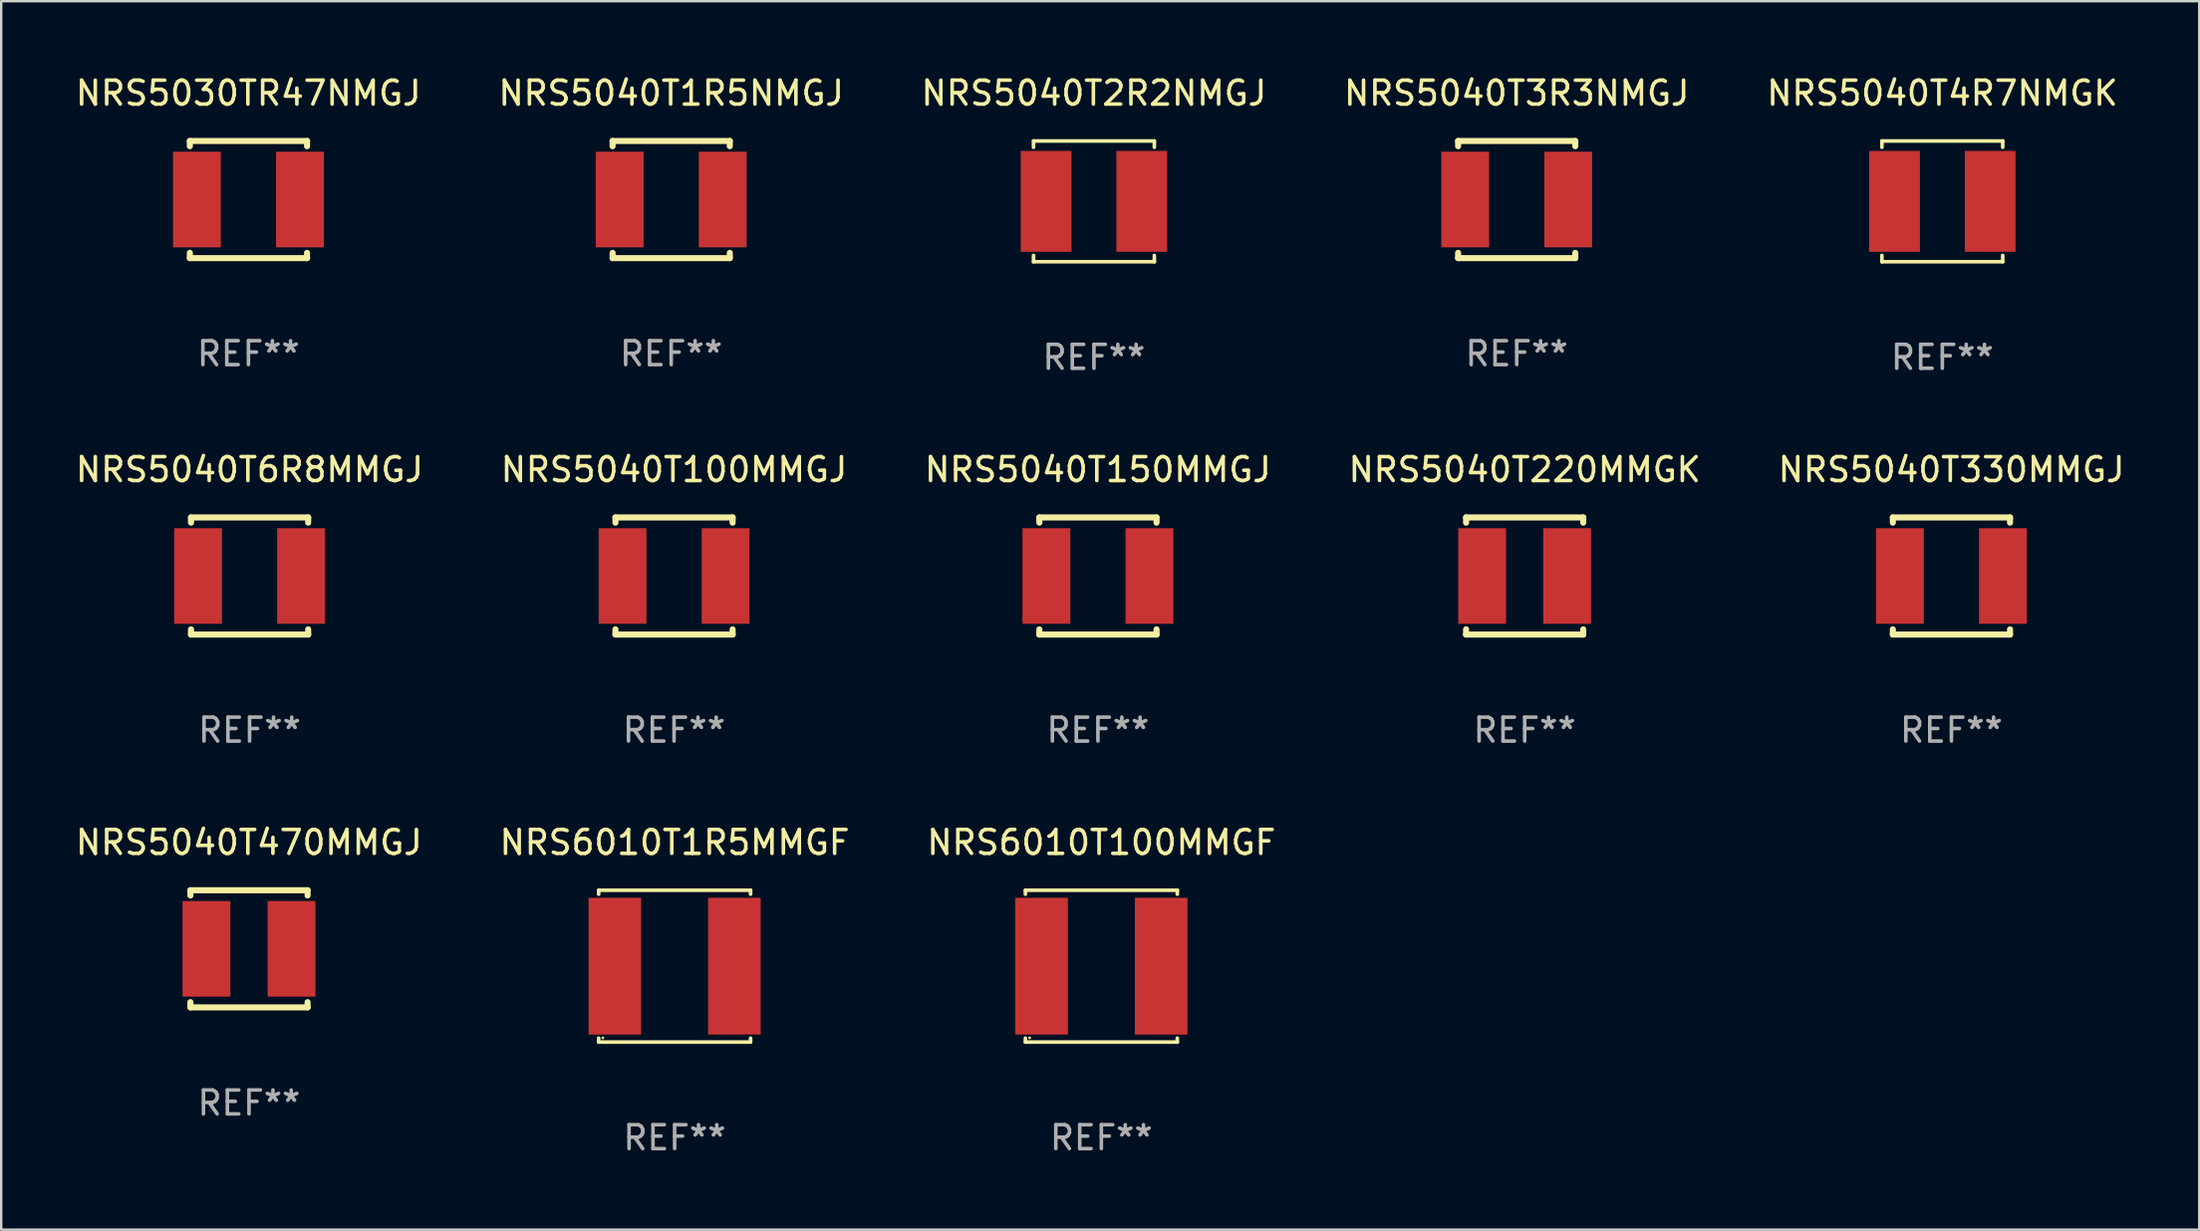
<source format=kicad_pcb>
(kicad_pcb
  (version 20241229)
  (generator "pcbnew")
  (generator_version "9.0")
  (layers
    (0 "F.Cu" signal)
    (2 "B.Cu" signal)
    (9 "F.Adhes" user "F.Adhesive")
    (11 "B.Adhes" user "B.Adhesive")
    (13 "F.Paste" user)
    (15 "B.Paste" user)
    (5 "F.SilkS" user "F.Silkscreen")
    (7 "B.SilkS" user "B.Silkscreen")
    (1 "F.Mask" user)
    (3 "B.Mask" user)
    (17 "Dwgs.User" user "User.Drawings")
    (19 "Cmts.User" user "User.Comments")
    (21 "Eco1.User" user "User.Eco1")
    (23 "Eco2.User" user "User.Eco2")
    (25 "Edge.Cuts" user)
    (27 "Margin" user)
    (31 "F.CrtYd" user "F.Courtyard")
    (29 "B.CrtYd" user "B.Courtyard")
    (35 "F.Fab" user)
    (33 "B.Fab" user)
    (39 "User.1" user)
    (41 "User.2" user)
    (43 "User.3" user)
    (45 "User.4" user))
  (footprint "NRS5040T3R3NMGJ"
    (layer "F.Cu")
    (at 60.375 5.298)
    (property "Reference" "NRS5040T3R3NMGJ" (at 0 -4.45 0) (layer "F.SilkS") (effects (font (size 1 1) (thickness 0.15))))
    (attr through_hole)
    (fp_line (start -2.45 -2.45) (end 2.45 -2.45) (stroke (width 0.254) (type solid)) (layer "F.SilkS"))
    (fp_line (start -2.45 -2.231) (end -2.45 -2.45) (stroke (width 0.254) (type solid)) (layer "F.SilkS"))
    (fp_line (start -2.45 2.45) (end -2.45 2.231) (stroke (width 0.254) (type solid)) (layer "F.SilkS"))
    (fp_line (start -2.45 2.45) (end 2.45 2.45) (stroke (width 0.254) (type solid)) (layer "F.SilkS"))
    (fp_line (start 2.45 -2.45) (end 2.45 -2.231) (stroke (width 0.254) (type solid)) (layer "F.SilkS"))
    (fp_line (start 2.45 2.231) (end 2.45 2.45) (stroke (width 0.254) (type solid)) (layer "F.SilkS"))
    (fp_circle (center -2.45 2.45) (end -2.42 2.45) (stroke (width 0.06) (type solid)) (fill no) (layer "F.SilkS"))
    (fp_text user "REF**" (at 0 6.45 0) (layer "F.Fab") (effects (font (size 1 1) (thickness 0.15))))
    (pad "1" smd rect (at -2.154 0) (size 2 4) (layers "F.Cu" "F.Mask" "F.Paste"))
    (pad "2" smd rect (at 2.154 0) (size 2 4) (layers "F.Cu" "F.Mask" "F.Paste")))
  (footprint "NRS5030TR47NMGJ"
    (layer "F.Cu")
    (at 7.339 5.298)
    (property "Reference" "NRS5030TR47NMGJ" (at 0 -4.45 0) (layer "F.SilkS") (effects (font (size 1 1) (thickness 0.15))))
    (attr through_hole)
    (fp_line (start -2.45 -2.45) (end 2.45 -2.45) (stroke (width 0.254) (type solid)) (layer "F.SilkS"))
    (fp_line (start -2.45 -2.231) (end -2.45 -2.45) (stroke (width 0.254) (type solid)) (layer "F.SilkS"))
    (fp_line (start -2.45 2.45) (end -2.45 2.231) (stroke (width 0.254) (type solid)) (layer "F.SilkS"))
    (fp_line (start -2.45 2.45) (end 2.45 2.45) (stroke (width 0.254) (type solid)) (layer "F.SilkS"))
    (fp_line (start 2.45 -2.45) (end 2.45 -2.231) (stroke (width 0.254) (type solid)) (layer "F.SilkS"))
    (fp_line (start 2.45 2.231) (end 2.45 2.45) (stroke (width 0.254) (type solid)) (layer "F.SilkS"))
    (fp_circle (center -2.45 2.45) (end -2.42 2.45) (stroke (width 0.06) (type solid)) (fill no) (layer "F.SilkS"))
    (fp_text user "REF**" (at 0 6.45 0) (layer "F.Fab") (effects (font (size 1 1) (thickness 0.15))))
    (pad "1" smd rect (at -2.154 0) (size 2 4) (layers "F.Cu" "F.Mask" "F.Paste"))
    (pad "2" smd rect (at 2.154 0) (size 2 4) (layers "F.Cu" "F.Mask" "F.Paste")))
  (footprint "NRS5040T6R8MMGJ"
    (layer "F.Cu")
    (at 7.387 21.047)
    (property "Reference" "NRS5040T6R8MMGJ" (at 0 -4.45 0) (layer "F.SilkS") (effects (font (size 1 1) (thickness 0.15))))
    (attr through_hole)
    (fp_line (start -2.45 -2.45) (end 2.45 -2.45) (stroke (width 0.254) (type solid)) (layer "F.SilkS"))
    (fp_line (start -2.45 -2.231) (end -2.45 -2.45) (stroke (width 0.254) (type solid)) (layer "F.SilkS"))
    (fp_line (start -2.45 2.45) (end -2.45 2.231) (stroke (width 0.254) (type solid)) (layer "F.SilkS"))
    (fp_line (start -2.45 2.45) (end 2.45 2.45) (stroke (width 0.254) (type solid)) (layer "F.SilkS"))
    (fp_line (start 2.45 -2.45) (end 2.45 -2.231) (stroke (width 0.254) (type solid)) (layer "F.SilkS"))
    (fp_line (start 2.45 2.231) (end 2.45 2.45) (stroke (width 0.254) (type solid)) (layer "F.SilkS"))
    (fp_circle (center -2.45 2.45) (end -2.42 2.45) (stroke (width 0.06) (type solid)) (fill no) (layer "F.SilkS"))
    (fp_text user "REF**" (at 0 6.45 0) (layer "F.Fab") (effects (font (size 1 1) (thickness 0.15))))
    (pad "1" smd rect (at -2.154 0) (size 2 4) (layers "F.Cu" "F.Mask" "F.Paste"))
    (pad "2" smd rect (at 2.154 0) (size 2 4) (layers "F.Cu" "F.Mask" "F.Paste")))
  (footprint "NRS6010T100MMGF"
    (layer "F.Cu")
    (at 43.006 37.37)
    (property "Reference" "NRS6010T100MMGF" (at 0 -5.176 0) (layer "F.SilkS") (effects (font (size 1 1) (thickness 0.15))))
    (attr through_hole)
    (fp_line (start -3.176 -3.176) (end 3.176 -3.176) (stroke (width 0.152) (type solid)) (layer "F.SilkS"))
    (fp_line (start -3.176 -3.012) (end -3.176 -3.176) (stroke (width 0.152) (type solid)) (layer "F.SilkS"))
    (fp_line (start -3.176 3.012) (end -3.176 3.176) (stroke (width 0.152) (type solid)) (layer "F.SilkS"))
    (fp_line (start -3.176 3.176) (end 3.176 3.176) (stroke (width 0.152) (type solid)) (layer "F.SilkS"))
    (fp_line (start 3.176 -3.176) (end 3.176 -3.012) (stroke (width 0.152) (type solid)) (layer "F.SilkS"))
    (fp_line (start 3.176 3.176) (end 3.176 3.012) (stroke (width 0.152) (type solid)) (layer "F.SilkS"))
    (fp_circle (center -3 3) (end -2.97 3) (stroke (width 0.06) (type solid)) (fill no) (layer "F.SilkS"))
    (fp_text user "REF**" (at 0 7.176 0) (layer "F.Fab") (effects (font (size 1 1) (thickness 0.15))))
    (pad "1" smd rect (at -2.5 0) (size 2.2 5.72) (layers "F.Cu" "F.Mask" "F.Paste"))
    (pad "2" smd rect (at 2.5 0) (size 2.2 5.72) (layers "F.Cu" "F.Mask" "F.Paste")))
  (footprint "NRS5040T100MMGJ"
    (layer "F.Cu")
    (at 25.137 21.047)
    (property "Reference" "NRS5040T100MMGJ" (at 0 -4.45 0) (layer "F.SilkS") (effects (font (size 1 1) (thickness 0.15))))
    (attr through_hole)
    (fp_line (start -2.45 -2.45) (end 2.45 -2.45) (stroke (width 0.254) (type solid)) (layer "F.SilkS"))
    (fp_line (start -2.45 -2.231) (end -2.45 -2.45) (stroke (width 0.254) (type solid)) (layer "F.SilkS"))
    (fp_line (start -2.45 2.45) (end -2.45 2.231) (stroke (width 0.254) (type solid)) (layer "F.SilkS"))
    (fp_line (start -2.45 2.45) (end 2.45 2.45) (stroke (width 0.254) (type solid)) (layer "F.SilkS"))
    (fp_line (start 2.45 -2.45) (end 2.45 -2.231) (stroke (width 0.254) (type solid)) (layer "F.SilkS"))
    (fp_line (start 2.45 2.231) (end 2.45 2.45) (stroke (width 0.254) (type solid)) (layer "F.SilkS"))
    (fp_circle (center -2.45 2.45) (end -2.42 2.45) (stroke (width 0.06) (type solid)) (fill no) (layer "F.SilkS"))
    (fp_text user "REF**" (at 0 6.45 0) (layer "F.Fab") (effects (font (size 1 1) (thickness 0.15))))
    (pad "1" smd rect (at -2.154 0) (size 2 4) (layers "F.Cu" "F.Mask" "F.Paste"))
    (pad "2" smd rect (at 2.154 0) (size 2 4) (layers "F.Cu" "F.Mask" "F.Paste")))
  (footprint "NRS5040T1R5NMGJ"
    (layer "F.Cu")
    (at 25.018 5.298)
    (property "Reference" "NRS5040T1R5NMGJ" (at 0 -4.45 0) (layer "F.SilkS") (effects (font (size 1 1) (thickness 0.15))))
    (attr through_hole)
    (fp_line (start -2.45 -2.45) (end 2.45 -2.45) (stroke (width 0.254) (type solid)) (layer "F.SilkS"))
    (fp_line (start -2.45 -2.231) (end -2.45 -2.45) (stroke (width 0.254) (type solid)) (layer "F.SilkS"))
    (fp_line (start -2.45 2.45) (end -2.45 2.231) (stroke (width 0.254) (type solid)) (layer "F.SilkS"))
    (fp_line (start -2.45 2.45) (end 2.45 2.45) (stroke (width 0.254) (type solid)) (layer "F.SilkS"))
    (fp_line (start 2.45 -2.45) (end 2.45 -2.231) (stroke (width 0.254) (type solid)) (layer "F.SilkS"))
    (fp_line (start 2.45 2.231) (end 2.45 2.45) (stroke (width 0.254) (type solid)) (layer "F.SilkS"))
    (fp_circle (center -2.45 2.45) (end -2.42 2.45) (stroke (width 0.06) (type solid)) (fill no) (layer "F.SilkS"))
    (fp_text user "REF**" (at 0 6.45 0) (layer "F.Fab") (effects (font (size 1 1) (thickness 0.15))))
    (pad "1" smd rect (at -2.154 0) (size 2 4) (layers "F.Cu" "F.Mask" "F.Paste"))
    (pad "2" smd rect (at 2.154 0) (size 2 4) (layers "F.Cu" "F.Mask" "F.Paste")))
  (footprint "NRS5040T2R2NMGJ"
    (layer "F.Cu")
    (at 42.696 5.374)
    (property "Reference" "NRS5040T2R2NMGJ" (at 0 -4.526 0) (layer "F.SilkS") (effects (font (size 1 1) (thickness 0.15))))
    (attr through_hole)
    (fp_line (start -2.526 -2.526) (end 2.526 -2.526) (stroke (width 0.152) (type solid)) (layer "F.SilkS"))
    (fp_line (start -2.526 -2.262) (end -2.526 -2.526) (stroke (width 0.152) (type solid)) (layer "F.SilkS"))
    (fp_line (start -2.526 2.262) (end -2.526 2.526) (stroke (width 0.152) (type solid)) (layer "F.SilkS"))
    (fp_line (start -2.526 2.526) (end 2.526 2.526) (stroke (width 0.152) (type solid)) (layer "F.SilkS"))
    (fp_line (start 2.526 -2.526) (end 2.526 -2.262) (stroke (width 0.152) (type solid)) (layer "F.SilkS"))
    (fp_line (start 2.526 2.526) (end 2.526 2.262) (stroke (width 0.152) (type solid)) (layer "F.SilkS"))
    (fp_circle (center 2.5 -2.5) (end 2.53 -2.5) (stroke (width 0.06) (type solid)) (fill no) (layer "F.SilkS"))
    (fp_text user "REF**" (at 0 6.526 0) (layer "F.Fab") (effects (font (size 1 1) (thickness 0.15))))
    (pad "1" smd rect (at 2 0) (size 2.124 4.22) (layers "F.Cu" "F.Mask" "F.Paste"))
    (pad "2" smd rect (at -2 0) (size 2.124 4.22) (layers "F.Cu" "F.Mask" "F.Paste")))
  (footprint "NRS5040T220MMGK"
    (layer "F.Cu")
    (at 60.708 21.047)
    (property "Reference" "NRS5040T220MMGK" (at 0 -4.45 0) (layer "F.SilkS") (effects (font (size 1 1) (thickness 0.15))))
    (attr through_hole)
    (fp_line (start -2.45 -2.45) (end 2.45 -2.45) (stroke (width 0.254) (type solid)) (layer "F.SilkS"))
    (fp_line (start -2.45 -2.231) (end -2.45 -2.45) (stroke (width 0.254) (type solid)) (layer "F.SilkS"))
    (fp_line (start -2.45 2.45) (end -2.45 2.231) (stroke (width 0.254) (type solid)) (layer "F.SilkS"))
    (fp_line (start -2.45 2.45) (end 2.45 2.45) (stroke (width 0.254) (type solid)) (layer "F.SilkS"))
    (fp_line (start 2.45 -2.45) (end 2.45 -2.231) (stroke (width 0.254) (type solid)) (layer "F.SilkS"))
    (fp_line (start 2.45 2.231) (end 2.45 2.45) (stroke (width 0.254) (type solid)) (layer "F.SilkS"))
    (fp_circle (center -2.5 2.45) (end -2.47 2.45) (stroke (width 0.06) (type solid)) (fill no) (layer "F.SilkS"))
    (fp_text user "REF**" (at 0 6.45 0) (layer "F.Fab") (effects (font (size 1 1) (thickness 0.15))))
    (pad "1" smd rect (at -1.778 0) (size 2 4) (layers "F.Cu" "F.Mask" "F.Paste"))
    (pad "2" smd rect (at 1.778 0) (size 2 4) (layers "F.Cu" "F.Mask" "F.Paste")))
  (footprint "NRS5040T4R7NMGK"
    (layer "F.Cu")
    (at 78.173 5.374)
    (property "Reference" "NRS5040T4R7NMGK" (at 0 -4.526 0) (layer "F.SilkS") (effects (font (size 1 1) (thickness 0.15))))
    (attr through_hole)
    (fp_line (start -2.526 -2.526) (end 2.526 -2.526) (stroke (width 0.152) (type solid)) (layer "F.SilkS"))
    (fp_line (start -2.526 -2.262) (end -2.526 -2.526) (stroke (width 0.152) (type solid)) (layer "F.SilkS"))
    (fp_line (start -2.526 2.262) (end -2.526 2.526) (stroke (width 0.152) (type solid)) (layer "F.SilkS"))
    (fp_line (start -2.526 2.526) (end 2.526 2.526) (stroke (width 0.152) (type solid)) (layer "F.SilkS"))
    (fp_line (start 2.526 -2.526) (end 2.526 -2.262) (stroke (width 0.152) (type solid)) (layer "F.SilkS"))
    (fp_line (start 2.526 2.526) (end 2.526 2.262) (stroke (width 0.152) (type solid)) (layer "F.SilkS"))
    (fp_circle (center 2.5 -2.5) (end 2.53 -2.5) (stroke (width 0.06) (type solid)) (fill no) (layer "F.SilkS"))
    (fp_text user "REF**" (at 0 6.526 0) (layer "F.Fab") (effects (font (size 1 1) (thickness 0.15))))
    (pad "1" smd rect (at 2 0) (size 2.124 4.22) (layers "F.Cu" "F.Mask" "F.Paste"))
    (pad "2" smd rect (at -2 0) (size 2.124 4.22) (layers "F.Cu" "F.Mask" "F.Paste")))
  (footprint "NRS5040T330MMGJ"
    (layer "F.Cu")
    (at 78.554 21.047)
    (property "Reference" "NRS5040T330MMGJ" (at 0 -4.45 0) (layer "F.SilkS") (effects (font (size 1 1) (thickness 0.15))))
    (attr through_hole)
    (fp_line (start -2.45 -2.45) (end 2.45 -2.45) (stroke (width 0.254) (type solid)) (layer "F.SilkS"))
    (fp_line (start -2.45 -2.231) (end -2.45 -2.45) (stroke (width 0.254) (type solid)) (layer "F.SilkS"))
    (fp_line (start -2.45 2.45) (end -2.45 2.231) (stroke (width 0.254) (type solid)) (layer "F.SilkS"))
    (fp_line (start -2.45 2.45) (end 2.45 2.45) (stroke (width 0.254) (type solid)) (layer "F.SilkS"))
    (fp_line (start 2.45 -2.45) (end 2.45 -2.231) (stroke (width 0.254) (type solid)) (layer "F.SilkS"))
    (fp_line (start 2.45 2.231) (end 2.45 2.45) (stroke (width 0.254) (type solid)) (layer "F.SilkS"))
    (fp_circle (center -2.45 2.45) (end -2.42 2.45) (stroke (width 0.06) (type solid)) (fill no) (layer "F.SilkS"))
    (fp_text user "REF**" (at 0 6.45 0) (layer "F.Fab") (effects (font (size 1 1) (thickness 0.15))))
    (pad "1" smd rect (at -2.154 0) (size 2 4) (layers "F.Cu" "F.Mask" "F.Paste"))
    (pad "2" smd rect (at 2.154 0) (size 2 4) (layers "F.Cu" "F.Mask" "F.Paste")))
  (footprint "NRS5040T470MMGJ"
    (layer "F.Cu")
    (at 7.363 36.644)
    (property "Reference" "NRS5040T470MMGJ" (at 0 -4.45 0) (layer "F.SilkS") (effects (font (size 1 1) (thickness 0.15))))
    (attr through_hole)
    (fp_line (start -2.45 -2.45) (end 2.45 -2.45) (stroke (width 0.254) (type solid)) (layer "F.SilkS"))
    (fp_line (start -2.45 -2.231) (end -2.45 -2.45) (stroke (width 0.254) (type solid)) (layer "F.SilkS"))
    (fp_line (start -2.45 2.45) (end -2.45 2.231) (stroke (width 0.254) (type solid)) (layer "F.SilkS"))
    (fp_line (start -2.45 2.45) (end 2.45 2.45) (stroke (width 0.254) (type solid)) (layer "F.SilkS"))
    (fp_line (start 2.45 -2.45) (end 2.45 -2.231) (stroke (width 0.254) (type solid)) (layer "F.SilkS"))
    (fp_line (start 2.45 2.231) (end 2.45 2.45) (stroke (width 0.254) (type solid)) (layer "F.SilkS"))
    (fp_circle (center -2.5 2.45) (end -2.47 2.45) (stroke (width 0.06) (type solid)) (fill no) (layer "F.SilkS"))
    (fp_text user "REF**" (at 0 6.45 0) (layer "F.Fab") (effects (font (size 1 1) (thickness 0.15))))
    (pad "1" smd rect (at -1.778 0) (size 2 4) (layers "F.Cu" "F.Mask" "F.Paste"))
    (pad "2" smd rect (at 1.778 0) (size 2 4) (layers "F.Cu" "F.Mask" "F.Paste")))
  (footprint "NRS5040T150MMGJ"
    (layer "F.Cu")
    (at 42.863 21.047)
    (property "Reference" "NRS5040T150MMGJ" (at 0 -4.45 0) (layer "F.SilkS") (effects (font (size 1 1) (thickness 0.15))))
    (attr through_hole)
    (fp_line (start -2.45 -2.45) (end 2.45 -2.45) (stroke (width 0.254) (type solid)) (layer "F.SilkS"))
    (fp_line (start -2.45 -2.231) (end -2.45 -2.45) (stroke (width 0.254) (type solid)) (layer "F.SilkS"))
    (fp_line (start -2.45 2.45) (end -2.45 2.231) (stroke (width 0.254) (type solid)) (layer "F.SilkS"))
    (fp_line (start -2.45 2.45) (end 2.45 2.45) (stroke (width 0.254) (type solid)) (layer "F.SilkS"))
    (fp_line (start 2.45 -2.45) (end 2.45 -2.231) (stroke (width 0.254) (type solid)) (layer "F.SilkS"))
    (fp_line (start 2.45 2.231) (end 2.45 2.45) (stroke (width 0.254) (type solid)) (layer "F.SilkS"))
    (fp_circle (center -2.45 2.45) (end -2.42 2.45) (stroke (width 0.06) (type solid)) (fill no) (layer "F.SilkS"))
    (fp_text user "REF**" (at 0 6.45 0) (layer "F.Fab") (effects (font (size 1 1) (thickness 0.15))))
    (pad "1" smd rect (at -2.154 0) (size 2 4) (layers "F.Cu" "F.Mask" "F.Paste"))
    (pad "2" smd rect (at 2.154 0) (size 2 4) (layers "F.Cu" "F.Mask" "F.Paste")))
  (footprint "NRS6010T1R5MMGF"
    (layer "F.Cu")
    (at 25.161 37.37)
    (property "Reference" "NRS6010T1R5MMGF" (at 0 -5.176 0) (layer "F.SilkS") (effects (font (size 1 1) (thickness 0.15))))
    (attr through_hole)
    (fp_line (start -3.176 -3.176) (end 3.176 -3.176) (stroke (width 0.152) (type solid)) (layer "F.SilkS"))
    (fp_line (start -3.176 -3.012) (end -3.176 -3.176) (stroke (width 0.152) (type solid)) (layer "F.SilkS"))
    (fp_line (start -3.176 3.012) (end -3.176 3.176) (stroke (width 0.152) (type solid)) (layer "F.SilkS"))
    (fp_line (start -3.176 3.176) (end 3.176 3.176) (stroke (width 0.152) (type solid)) (layer "F.SilkS"))
    (fp_line (start 3.176 -3.176) (end 3.176 -3.012) (stroke (width 0.152) (type solid)) (layer "F.SilkS"))
    (fp_line (start 3.176 3.176) (end 3.176 3.012) (stroke (width 0.152) (type solid)) (layer "F.SilkS"))
    (fp_circle (center -3 3) (end -2.97 3) (stroke (width 0.06) (type solid)) (fill no) (layer "F.SilkS"))
    (fp_text user "REF**" (at 0 7.176 0) (layer "F.Fab") (effects (font (size 1 1) (thickness 0.15))))
    (pad "1" smd rect (at -2.5 0) (size 2.2 5.72) (layers "F.Cu" "F.Mask" "F.Paste"))
    (pad "2" smd rect (at 2.5 0) (size 2.2 5.72) (layers "F.Cu" "F.Mask" "F.Paste")))
  (gr_rect
    (start -3 -3)
    (end 88.917 48.394)
    (stroke (width 0.1) (type default))
    (fill no)
    (layer "Edge.Cuts")))
</source>
